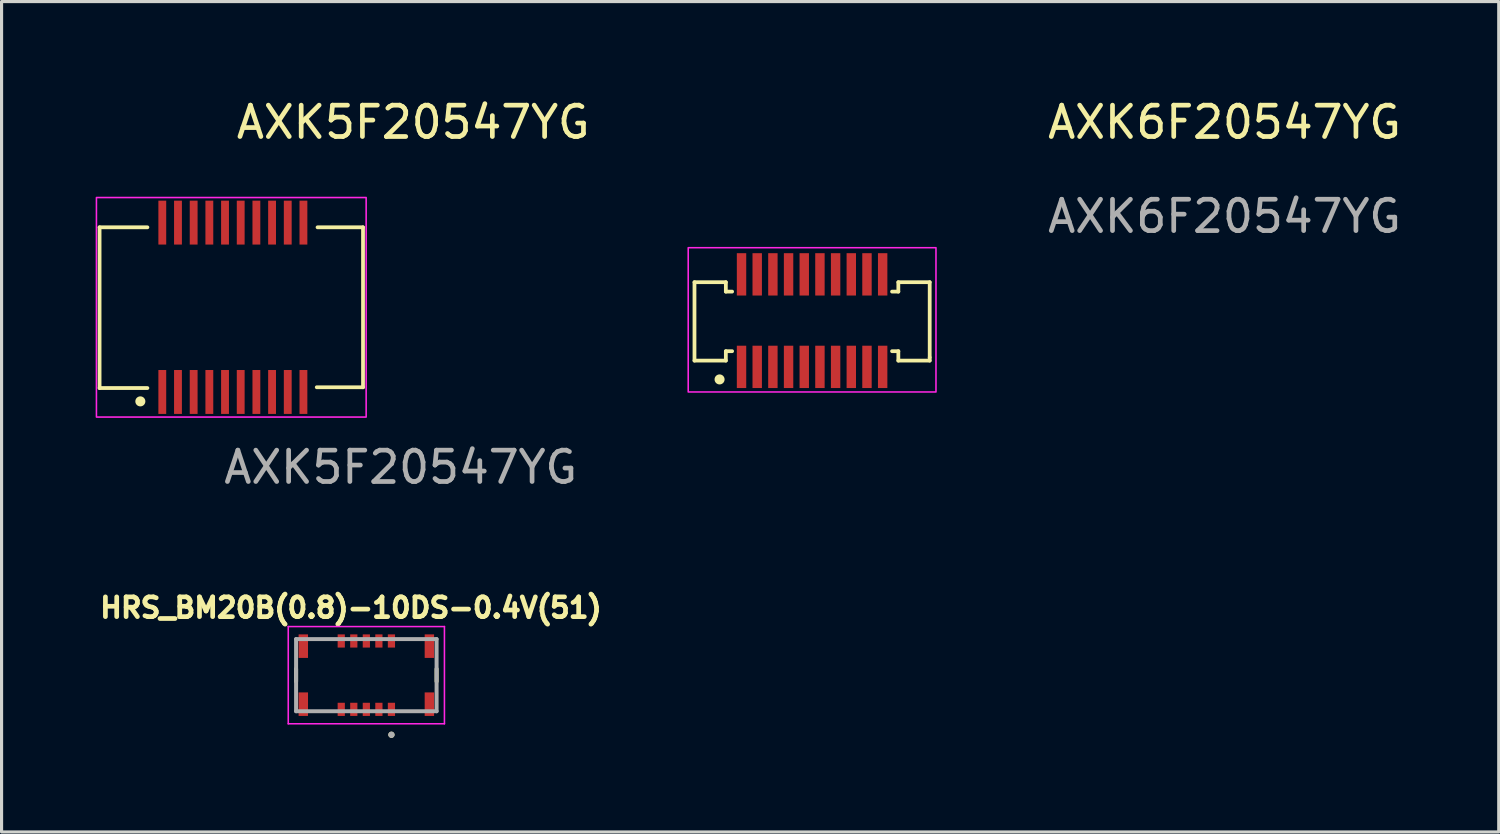
<source format=kicad_pcb>
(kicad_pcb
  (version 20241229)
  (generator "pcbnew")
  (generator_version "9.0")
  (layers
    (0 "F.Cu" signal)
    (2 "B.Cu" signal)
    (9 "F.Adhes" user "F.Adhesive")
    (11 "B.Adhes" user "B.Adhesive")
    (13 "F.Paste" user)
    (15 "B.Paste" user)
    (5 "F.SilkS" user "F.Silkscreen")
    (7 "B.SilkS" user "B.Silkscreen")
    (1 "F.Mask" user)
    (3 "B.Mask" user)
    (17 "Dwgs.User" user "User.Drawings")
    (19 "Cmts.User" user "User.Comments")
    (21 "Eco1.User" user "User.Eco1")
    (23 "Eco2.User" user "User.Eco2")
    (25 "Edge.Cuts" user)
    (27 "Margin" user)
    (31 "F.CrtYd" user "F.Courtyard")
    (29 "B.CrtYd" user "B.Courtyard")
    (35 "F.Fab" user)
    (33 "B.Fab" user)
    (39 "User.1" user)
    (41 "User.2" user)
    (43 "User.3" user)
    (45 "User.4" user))
  (footprint "AXK6F20547YG"
    (layer "F.Cu")
    (at 25.594 9.948)
    (property "Reference" "AXK6F20547YG" (at 10.4 -9.1 0) (unlocked yes) (layer "F.SilkS") (effects (font (size 1 1) (thickness 0.15))))
    (attr smd)
    (fp_line (start -6.5 -4) (end -5.5 -4) (stroke (width 0.12) (type solid)) (layer "F.SilkS"))
    (fp_line (start -6.5 -1.5) (end -6.5 -4) (stroke (width 0.12) (type solid)) (layer "F.SilkS"))
    (fp_line (start -5.5 -4) (end -5.5 -3.7) (stroke (width 0.12) (type solid)) (layer "F.SilkS"))
    (fp_line (start -5.5 -3.7) (end -5.3 -3.7) (stroke (width 0.12) (type solid)) (layer "F.SilkS"))
    (fp_line (start -5.5 -1.8) (end -5.5 -1.5) (stroke (width 0.12) (type solid)) (layer "F.SilkS"))
    (fp_line (start -5.5 -1.8) (end -5.3 -1.8) (stroke (width 0.12) (type solid)) (layer "F.SilkS"))
    (fp_line (start -5.5 -1.5) (end -6.5 -1.5) (stroke (width 0.12) (type solid)) (layer "F.SilkS"))
    (fp_line (start -0.2 -3.7) (end 0 -3.7) (stroke (width 0.12) (type solid)) (layer "F.SilkS"))
    (fp_line (start 0 -4) (end 1 -4) (stroke (width 0.12) (type solid)) (layer "F.SilkS"))
    (fp_line (start 0 -3.7) (end 0 -4) (stroke (width 0.12) (type solid)) (layer "F.SilkS"))
    (fp_line (start 0 -1.8) (end -0.2 -1.8) (stroke (width 0.12) (type solid)) (layer "F.SilkS"))
    (fp_line (start 0 -1.5) (end 0 -1.8) (stroke (width 0.12) (type solid)) (layer "F.SilkS"))
    (fp_line (start 1 -4) (end 1 -1.6) (stroke (width 0.12) (type solid)) (layer "F.SilkS"))
    (fp_line (start 1 -1.6) (end 1 -1.5) (stroke (width 0.12) (type solid)) (layer "F.SilkS"))
    (fp_line (start 1 -1.5) (end 0 -1.5) (stroke (width 0.12) (type solid)) (layer "F.SilkS"))
    (fp_circle (center -5.7 -0.9) (end -5.6 -0.9) (stroke (width 0.12) (type solid)) (fill yes) (layer "F.SilkS"))
    (fp_rect (start -6.7 -5.1) (end 1.2 -0.5) (stroke (width 0.05) (type solid)) (fill no) (layer "F.CrtYd"))
    (fp_text user "${REFERENCE}" (at 10.4 -6.1 0) (unlocked yes) (layer "F.Fab") (effects (font (size 1 1) (thickness 0.15))))
    (pad "1" smd rect (at -5 -1.3) (size 0.3 1.35) (layers "F.Cu" "F.Mask" "F.Paste"))
    (pad "2" smd rect (at -5 -4.25) (size 0.3 1.35) (layers "F.Cu" "F.Mask" "F.Paste"))
    (pad "3" smd rect (at -4.5 -1.3) (size 0.3 1.35) (layers "F.Cu" "F.Mask" "F.Paste"))
    (pad "4" smd rect (at -4.5 -4.25) (size 0.3 1.35) (layers "F.Cu" "F.Mask" "F.Paste"))
    (pad "5" smd rect (at -4 -1.3) (size 0.3 1.35) (layers "F.Cu" "F.Mask" "F.Paste"))
    (pad "6" smd rect (at -4 -4.25) (size 0.3 1.35) (layers "F.Cu" "F.Mask" "F.Paste"))
    (pad "7" smd rect (at -3.5 -1.3) (size 0.3 1.35) (layers "F.Cu" "F.Mask" "F.Paste"))
    (pad "8" smd rect (at -3.5 -4.25) (size 0.3 1.35) (layers "F.Cu" "F.Mask" "F.Paste"))
    (pad "9" smd rect (at -3 -1.3) (size 0.3 1.35) (layers "F.Cu" "F.Mask" "F.Paste"))
    (pad "10" smd rect (at -3 -4.25) (size 0.3 1.35) (layers "F.Cu" "F.Mask" "F.Paste"))
    (pad "11" smd rect (at -2.5 -1.3) (size 0.3 1.35) (layers "F.Cu" "F.Mask" "F.Paste"))
    (pad "12" smd rect (at -2.5 -4.25) (size 0.3 1.35) (layers "F.Cu" "F.Mask" "F.Paste"))
    (pad "13" smd rect (at -2 -1.3) (size 0.3 1.35) (layers "F.Cu" "F.Mask" "F.Paste"))
    (pad "14" smd rect (at -2 -4.25) (size 0.3 1.35) (layers "F.Cu" "F.Mask" "F.Paste"))
    (pad "15" smd rect (at -1.5 -1.3) (size 0.3 1.35) (layers "F.Cu" "F.Mask" "F.Paste"))
    (pad "16" smd rect (at -1.5 -4.25) (size 0.3 1.35) (layers "F.Cu" "F.Mask" "F.Paste"))
    (pad "17" smd rect (at -1 -1.3) (size 0.3 1.35) (layers "F.Cu" "F.Mask" "F.Paste"))
    (pad "18" smd rect (at -1 -4.25) (size 0.3 1.35) (layers "F.Cu" "F.Mask" "F.Paste"))
    (pad "19" smd rect (at -0.5 -1.3) (size 0.3 1.35) (layers "F.Cu" "F.Mask" "F.Paste"))
    (pad "20" smd rect (at -0.5 -4.25) (size 0.3 1.35) (layers "F.Cu" "F.Mask" "F.Paste")))
  (footprint "AXK5F20547YG"
    (layer "F.Cu")
    (at 4.325 6.648)
    (property "Reference" "AXK5F20547YG" (at 5.8 -5.8 0) (unlocked yes) (layer "F.SilkS") (effects (font (size 1 1) (thickness 0.15))))
    (attr smd)
    (fp_line (start -4.2 -2.45) (end -2.675 -2.45) (stroke (width 0.12) (type solid)) (layer "F.SilkS"))
    (fp_line (start -4.2 2.675) (end -4.2 -2.45) (stroke (width 0.12) (type solid)) (layer "F.SilkS"))
    (fp_line (start -2.675 2.675) (end -4.2 2.675) (stroke (width 0.12) (type solid)) (layer "F.SilkS"))
    (fp_line (start 4.2 -2.45) (end 2.75 -2.45) (stroke (width 0.12) (type solid)) (layer "F.SilkS"))
    (fp_line (start 4.2 -2.45) (end 4.2 2.65) (stroke (width 0.12) (type solid)) (layer "F.SilkS"))
    (fp_line (start 4.2 2.65) (end 2.725 2.65) (stroke (width 0.12) (type solid)) (layer "F.SilkS"))
    (fp_circle (center -2.9 3.1) (end -2.8 3.1) (stroke (width 0.12) (type solid)) (fill yes) (layer "F.SilkS"))
    (fp_rect (start -4.3 -3.4) (end 4.3 3.6) (stroke (width 0.05) (type solid)) (fill no) (layer "F.CrtYd"))
    (fp_text user "${REFERENCE}" (at 5.4 5.2 0) (unlocked yes) (layer "F.Fab") (effects (font (size 1 1) (thickness 0.15))))
    (pad "1" smd rect (at -2.2 2.8 180) (size 0.25 1.4) (layers "F.Cu" "F.Mask" "F.Paste"))
    (pad "2" smd rect (at -2.2 -2.6 180) (size 0.25 1.4) (layers "F.Cu" "F.Mask" "F.Paste"))
    (pad "3" smd rect (at -1.7 2.8 180) (size 0.25 1.4) (layers "F.Cu" "F.Mask" "F.Paste"))
    (pad "4" smd rect (at -1.7 -2.6 180) (size 0.25 1.4) (layers "F.Cu" "F.Mask" "F.Paste"))
    (pad "5" smd rect (at -1.2 2.8 180) (size 0.25 1.4) (layers "F.Cu" "F.Mask" "F.Paste"))
    (pad "6" smd rect (at -1.2 -2.6 180) (size 0.25 1.4) (layers "F.Cu" "F.Mask" "F.Paste"))
    (pad "7" smd rect (at -0.7 2.8 180) (size 0.25 1.4) (layers "F.Cu" "F.Mask" "F.Paste"))
    (pad "8" smd rect (at -0.7 -2.6 180) (size 0.25 1.4) (layers "F.Cu" "F.Mask" "F.Paste"))
    (pad "9" smd rect (at -0.2 2.8 180) (size 0.25 1.4) (layers "F.Cu" "F.Mask" "F.Paste"))
    (pad "10" smd rect (at -0.2 -2.6 180) (size 0.25 1.4) (layers "F.Cu" "F.Mask" "F.Paste"))
    (pad "11" smd rect (at 0.3 2.8 180) (size 0.25 1.4) (layers "F.Cu" "F.Mask" "F.Paste"))
    (pad "12" smd rect (at 0.3 -2.6 180) (size 0.25 1.4) (layers "F.Cu" "F.Mask" "F.Paste"))
    (pad "13" smd rect (at 0.8 2.8 180) (size 0.25 1.4) (layers "F.Cu" "F.Mask" "F.Paste"))
    (pad "14" smd rect (at 0.8 -2.6 180) (size 0.25 1.4) (layers "F.Cu" "F.Mask" "F.Paste"))
    (pad "15" smd rect (at 1.3 2.8 180) (size 0.25 1.4) (layers "F.Cu" "F.Mask" "F.Paste"))
    (pad "16" smd rect (at 1.3 -2.6 180) (size 0.25 1.4) (layers "F.Cu" "F.Mask" "F.Paste"))
    (pad "17" smd rect (at 1.8 2.8 180) (size 0.25 1.4) (layers "F.Cu" "F.Mask" "F.Paste"))
    (pad "18" smd rect (at 1.8 -2.6 180) (size 0.25 1.4) (layers "F.Cu" "F.Mask" "F.Paste"))
    (pad "19" smd rect (at 2.3 2.8 180) (size 0.25 1.4) (layers "F.Cu" "F.Mask" "F.Paste"))
    (pad "20" smd rect (at 2.3 -2.6 180) (size 0.25 1.4) (layers "F.Cu" "F.Mask" "F.Paste")))
  (footprint "HRS_BM20B(0.8)-10DS-0.4V(51)"
    (layer "F.Cu")
    (at 8.631 18.478)
    (property "Reference" "HRS_BM20B(0.8)-10DS-0.4V(51)" (at -0.49 -2.15 0) (layer "F.SilkS") (effects (font (size 0.63 0.63) (thickness 0.15))))
    (attr through_hole)
    (fp_poly (pts (xy -0.965 -1.35) (xy -0.635 -1.35) (xy -0.635 -0.83) (xy -0.965 -0.83)) (stroke (width 0.01) (type solid)) (fill yes) (layer "F.Mask"))
    (fp_poly (pts (xy -0.965 0.83) (xy -0.635 0.83) (xy -0.635 1.35) (xy -0.965 1.35)) (stroke (width 0.01) (type solid)) (fill yes) (layer "F.Mask"))
    (fp_poly (pts (xy -0.565 -1.35) (xy -0.235 -1.35) (xy -0.235 -0.83) (xy -0.565 -0.83)) (stroke (width 0.01) (type solid)) (fill yes) (layer "F.Mask"))
    (fp_poly (pts (xy -0.565 0.83) (xy -0.235 0.83) (xy -0.235 1.35) (xy -0.565 1.35)) (stroke (width 0.01) (type solid)) (fill yes) (layer "F.Mask"))
    (fp_poly (pts (xy -0.165 -1.35) (xy 0.165 -1.35) (xy 0.165 -0.83) (xy -0.165 -0.83)) (stroke (width 0.01) (type solid)) (fill yes) (layer "F.Mask"))
    (fp_poly (pts (xy -0.165 0.83) (xy 0.165 0.83) (xy 0.165 1.35) (xy -0.165 1.35)) (stroke (width 0.01) (type solid)) (fill yes) (layer "F.Mask"))
    (fp_poly (pts (xy 0.235 -1.35) (xy 0.565 -1.35) (xy 0.565 -0.83) (xy 0.235 -0.83)) (stroke (width 0.01) (type solid)) (fill yes) (layer "F.Mask"))
    (fp_poly (pts (xy 0.235 0.83) (xy 0.565 0.83) (xy 0.565 1.35) (xy 0.235 1.35)) (stroke (width 0.01) (type solid)) (fill yes) (layer "F.Mask"))
    (fp_poly (pts (xy 0.635 -1.35) (xy 0.965 -1.35) (xy 0.965 -0.83) (xy 0.635 -0.83)) (stroke (width 0.01) (type solid)) (fill yes) (layer "F.Mask"))
    (fp_poly (pts (xy 0.635 0.83) (xy 0.965 0.83) (xy 0.965 1.35) (xy 0.635 1.35)) (stroke (width 0.01) (type solid)) (fill yes) (layer "F.Mask"))
    (fp_line (start -2.24 0.2) (end -2.24 -0.2) (stroke (width 0.127) (type solid)) (layer "F.SilkS"))
    (fp_line (start 2.24 -0.2) (end 2.24 0.2) (stroke (width 0.127) (type solid)) (layer "F.SilkS"))
    (fp_circle (center 0.8 1.9) (end 0.85 1.9) (stroke (width 0.1) (type solid)) (fill no) (layer "F.SilkS"))
    (fp_poly (pts (xy -0.915 -1.3) (xy -0.685 -1.3) (xy -0.685 -1) (xy -0.915 -1)) (stroke (width 0.01) (type solid)) (fill yes) (layer "F.Paste"))
    (fp_poly (pts (xy -0.915 1) (xy -0.685 1) (xy -0.685 1.3) (xy -0.915 1.3)) (stroke (width 0.01) (type solid)) (fill yes) (layer "F.Paste"))
    (fp_poly (pts (xy -0.515 -1.3) (xy -0.285 -1.3) (xy -0.285 -1) (xy -0.515 -1)) (stroke (width 0.01) (type solid)) (fill yes) (layer "F.Paste"))
    (fp_poly (pts (xy -0.515 1) (xy -0.285 1) (xy -0.285 1.3) (xy -0.515 1.3)) (stroke (width 0.01) (type solid)) (fill yes) (layer "F.Paste"))
    (fp_poly (pts (xy -0.115 -1.3) (xy 0.115 -1.3) (xy 0.115 -1) (xy -0.115 -1)) (stroke (width 0.01) (type solid)) (fill yes) (layer "F.Paste"))
    (fp_poly (pts (xy -0.115 1) (xy 0.115 1) (xy 0.115 1.3) (xy -0.115 1.3)) (stroke (width 0.01) (type solid)) (fill yes) (layer "F.Paste"))
    (fp_poly (pts (xy 0.285 -1.3) (xy 0.515 -1.3) (xy 0.515 -1) (xy 0.285 -1)) (stroke (width 0.01) (type solid)) (fill yes) (layer "F.Paste"))
    (fp_poly (pts (xy 0.285 1) (xy 0.515 1) (xy 0.515 1.3) (xy 0.285 1.3)) (stroke (width 0.01) (type solid)) (fill yes) (layer "F.Paste"))
    (fp_poly (pts (xy 0.685 -1.3) (xy 0.915 -1.3) (xy 0.915 -1) (xy 0.685 -1)) (stroke (width 0.01) (type solid)) (fill yes) (layer "F.Paste"))
    (fp_poly (pts (xy 0.685 1) (xy 0.915 1) (xy 0.915 1.3) (xy 0.685 1.3)) (stroke (width 0.01) (type solid)) (fill yes) (layer "F.Paste"))
    (fp_line (start -2.49 -1.55) (end -2.49 1.55) (stroke (width 0.05) (type solid)) (layer "F.CrtYd"))
    (fp_line (start -2.49 1.55) (end 2.49 1.55) (stroke (width 0.05) (type solid)) (layer "F.CrtYd"))
    (fp_line (start 2.49 -1.55) (end -2.49 -1.55) (stroke (width 0.05) (type solid)) (layer "F.CrtYd"))
    (fp_line (start 2.49 1.55) (end 2.49 -1.55) (stroke (width 0.05) (type solid)) (layer "F.CrtYd"))
    (fp_line (start -2.24 -1.15) (end 2.24 -1.15) (stroke (width 0.127) (type solid)) (layer "F.Fab"))
    (fp_line (start -2.24 1.15) (end -2.24 -1.15) (stroke (width 0.127) (type solid)) (layer "F.Fab"))
    (fp_line (start 2.24 -1.15) (end 2.24 1.15) (stroke (width 0.127) (type solid)) (layer "F.Fab"))
    (fp_line (start 2.24 1.15) (end -2.24 1.15) (stroke (width 0.127) (type solid)) (layer "F.Fab"))
    (fp_circle (center 0.8 1.9) (end 0.85 1.9) (stroke (width 0.1) (type solid)) (fill no) (layer "F.Fab"))
    (pad "1" smd rect (at 0.8 1.09) (size 0.23 0.42) (layers "F.Cu"))
    (pad "2" smd rect (at 0.8 -1.09) (size 0.23 0.42) (layers "F.Cu"))
    (pad "3" smd rect (at 0.4 1.09) (size 0.23 0.42) (layers "F.Cu"))
    (pad "4" smd rect (at 0.4 -1.09) (size 0.23 0.42) (layers "F.Cu"))
    (pad "5" smd rect (at 0 1.09) (size 0.23 0.42) (layers "F.Cu"))
    (pad "6" smd rect (at 0 -1.09) (size 0.23 0.42) (layers "F.Cu"))
    (pad "7" smd rect (at -0.4 1.09) (size 0.23 0.42) (layers "F.Cu"))
    (pad "8" smd rect (at -0.4 -1.09) (size 0.23 0.42) (layers "F.Cu"))
    (pad "9" smd rect (at -0.8 1.09) (size 0.23 0.42) (layers "F.Cu"))
    (pad "10" smd rect (at -0.8 -1.09) (size 0.23 0.42) (layers "F.Cu"))
    (pad "S1" smd rect (at 2.01 0.925) (size 0.3 0.75) (layers "F.Cu" "F.Mask" "F.Paste"))
    (pad "S2" smd rect (at 2.01 -0.925) (size 0.3 0.75) (layers "F.Cu" "F.Mask" "F.Paste"))
    (pad "S3" smd rect (at -2.01 0.925) (size 0.3 0.75) (layers "F.Cu" "F.Mask" "F.Paste"))
    (pad "S4" smd rect (at -2.01 -0.925) (size 0.3 0.75) (layers "F.Cu" "F.Mask" "F.Paste")))
  (gr_rect
    (start -3 -3)
    (end 44.738 23.478)
    (stroke (width 0.1) (type default))
    (fill no)
    (layer "Edge.Cuts")))
</source>
